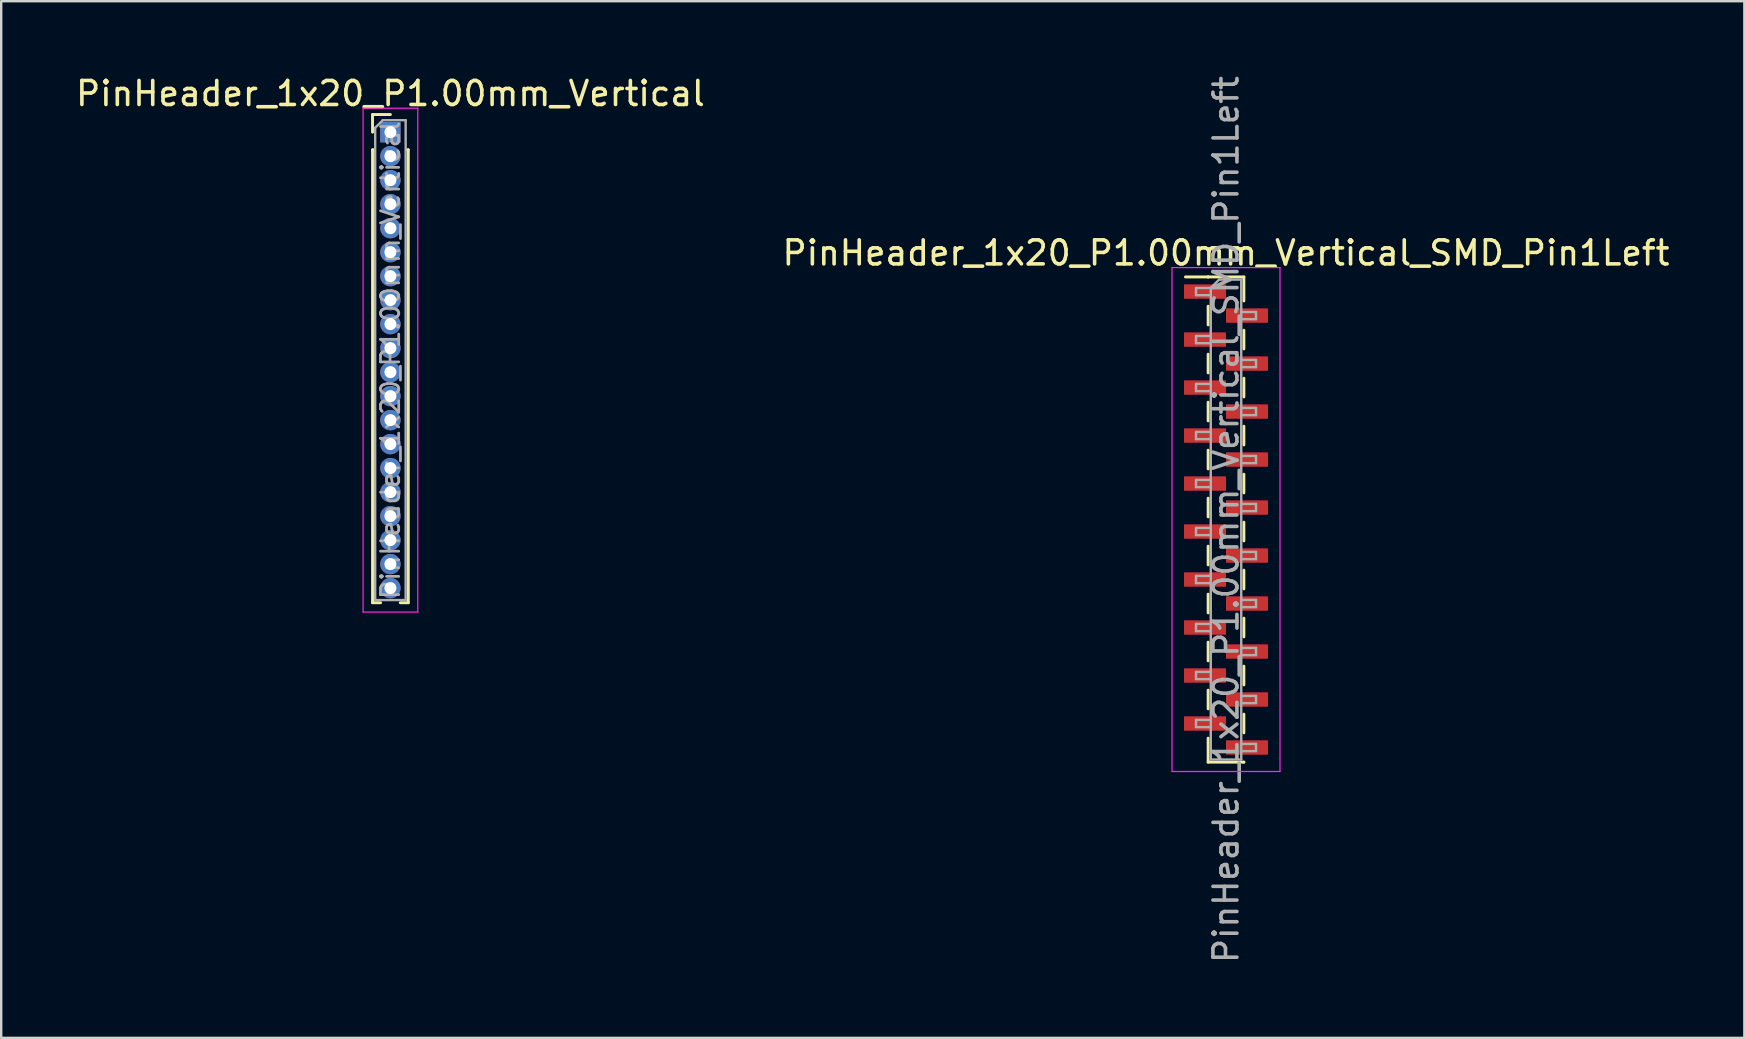
<source format=kicad_pcb>
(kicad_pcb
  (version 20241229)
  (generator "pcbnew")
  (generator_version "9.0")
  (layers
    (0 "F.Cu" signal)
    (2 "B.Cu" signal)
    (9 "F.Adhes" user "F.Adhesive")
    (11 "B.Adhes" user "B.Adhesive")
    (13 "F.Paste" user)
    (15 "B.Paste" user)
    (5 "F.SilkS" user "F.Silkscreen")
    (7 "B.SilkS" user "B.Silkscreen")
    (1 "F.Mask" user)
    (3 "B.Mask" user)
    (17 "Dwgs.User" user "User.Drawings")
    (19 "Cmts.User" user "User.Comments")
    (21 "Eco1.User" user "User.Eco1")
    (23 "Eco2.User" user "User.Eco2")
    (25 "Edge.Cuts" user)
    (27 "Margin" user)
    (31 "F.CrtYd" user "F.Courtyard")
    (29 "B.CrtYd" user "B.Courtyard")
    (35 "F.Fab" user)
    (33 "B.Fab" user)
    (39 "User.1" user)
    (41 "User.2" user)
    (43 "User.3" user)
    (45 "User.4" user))
  (footprint "PinHeader_1x20_P1.00mm_Vertical"
    (layer "F.Cu")
    (at 13.22 2.458)
    (property "Reference" "PinHeader_1x20_P1.00mm_Vertical" (at 0 -1.61 0) (layer "F.SilkS") (effects (font (size 1 1) (thickness 0.15))))
    (attr through_hole)
    (fp_line (start -0.745 -0.735) (end 0 -0.735) (stroke (width 0.12) (type solid)) (layer "F.SilkS"))
    (fp_line (start -0.745 0) (end -0.745 -0.735) (stroke (width 0.12) (type solid)) (layer "F.SilkS"))
    (fp_line (start -0.745 0.735) (end -0.745 19.61) (stroke (width 0.12) (type solid)) (layer "F.SilkS"))
    (fp_line (start -0.745 0.735) (end -0.686 0.735) (stroke (width 0.12) (type solid)) (layer "F.SilkS"))
    (fp_line (start -0.745 19.61) (end -0.41 19.61) (stroke (width 0.12) (type solid)) (layer "F.SilkS"))
    (fp_line (start 0.41 19.61) (end 0.745 19.61) (stroke (width 0.12) (type solid)) (layer "F.SilkS"))
    (fp_line (start 0.686 0.735) (end 0.745 0.735) (stroke (width 0.12) (type solid)) (layer "F.SilkS"))
    (fp_line (start 0.745 0.735) (end 0.745 19.61) (stroke (width 0.12) (type solid)) (layer "F.SilkS"))
    (fp_line (start -1.14 -1) (end -1.14 20) (stroke (width 0.05) (type solid)) (layer "F.CrtYd"))
    (fp_line (start -1.14 20) (end 1.14 20) (stroke (width 0.05) (type solid)) (layer "F.CrtYd"))
    (fp_line (start 1.14 -1) (end -1.14 -1) (stroke (width 0.05) (type solid)) (layer "F.CrtYd"))
    (fp_line (start 1.14 20) (end 1.14 -1) (stroke (width 0.05) (type solid)) (layer "F.CrtYd"))
    (fp_line (start -0.635 -0.182) (end -0.318 -0.5) (stroke (width 0.1) (type solid)) (layer "F.Fab"))
    (fp_line (start -0.635 19.5) (end -0.635 -0.182) (stroke (width 0.1) (type solid)) (layer "F.Fab"))
    (fp_line (start -0.318 -0.5) (end 0.635 -0.5) (stroke (width 0.1) (type solid)) (layer "F.Fab"))
    (fp_line (start 0.635 -0.5) (end 0.635 19.5) (stroke (width 0.1) (type solid)) (layer "F.Fab"))
    (fp_line (start 0.635 19.5) (end -0.635 19.5) (stroke (width 0.1) (type solid)) (layer "F.Fab"))
    (fp_text user "${REFERENCE}" (at 0 9.5 90) (layer "F.Fab") (effects (font (size 0.76 0.76) (thickness 0.114))))
    (pad "1" thru_hole rect (at 0 0) (size 0.85 0.85) (drill 0.5) (layers "*.Cu" "*.Mask"))
    (pad "2" thru_hole circle (at 0 1) (size 0.85 0.85) (drill 0.5) (layers "*.Cu" "*.Mask"))
    (pad "3" thru_hole circle (at 0 2) (size 0.85 0.85) (drill 0.5) (layers "*.Cu" "*.Mask"))
    (pad "4" thru_hole circle (at 0 3) (size 0.85 0.85) (drill 0.5) (layers "*.Cu" "*.Mask"))
    (pad "5" thru_hole circle (at 0 4) (size 0.85 0.85) (drill 0.5) (layers "*.Cu" "*.Mask"))
    (pad "6" thru_hole circle (at 0 5) (size 0.85 0.85) (drill 0.5) (layers "*.Cu" "*.Mask"))
    (pad "7" thru_hole circle (at 0 6) (size 0.85 0.85) (drill 0.5) (layers "*.Cu" "*.Mask"))
    (pad "8" thru_hole circle (at 0 7) (size 0.85 0.85) (drill 0.5) (layers "*.Cu" "*.Mask"))
    (pad "9" thru_hole circle (at 0 8) (size 0.85 0.85) (drill 0.5) (layers "*.Cu" "*.Mask"))
    (pad "10" thru_hole circle (at 0 9) (size 0.85 0.85) (drill 0.5) (layers "*.Cu" "*.Mask"))
    (pad "11" thru_hole circle (at 0 10) (size 0.85 0.85) (drill 0.5) (layers "*.Cu" "*.Mask"))
    (pad "12" thru_hole circle (at 0 11) (size 0.85 0.85) (drill 0.5) (layers "*.Cu" "*.Mask"))
    (pad "13" thru_hole circle (at 0 12) (size 0.85 0.85) (drill 0.5) (layers "*.Cu" "*.Mask"))
    (pad "14" thru_hole circle (at 0 13) (size 0.85 0.85) (drill 0.5) (layers "*.Cu" "*.Mask"))
    (pad "15" thru_hole circle (at 0 14) (size 0.85 0.85) (drill 0.5) (layers "*.Cu" "*.Mask"))
    (pad "16" thru_hole circle (at 0 15) (size 0.85 0.85) (drill 0.5) (layers "*.Cu" "*.Mask"))
    (pad "17" thru_hole circle (at 0 16) (size 0.85 0.85) (drill 0.5) (layers "*.Cu" "*.Mask"))
    (pad "18" thru_hole circle (at 0 17) (size 0.85 0.85) (drill 0.5) (layers "*.Cu" "*.Mask"))
    (pad "19" thru_hole circle (at 0 18) (size 0.85 0.85) (drill 0.5) (layers "*.Cu" "*.Mask"))
    (pad "20" thru_hole circle (at 0 19) (size 0.85 0.85) (drill 0.5) (layers "*.Cu" "*.Mask")))
  (footprint "PinHeader_1x20_P1.00mm_Vertical_SMD_Pin1Left"
    (layer "F.Cu")
    (at 48.042 18.601)
    (property "Reference" "PinHeader_1x20_P1.00mm_Vertical_SMD_Pin1Left" (at 0 -11.11 0) (layer "F.SilkS") (effects (font (size 1 1) (thickness 0.15))))
    (attr smd)
    (fp_line (start -0.745 -10.11) (end -1.69 -10.11) (stroke (width 0.12) (type solid)) (layer "F.SilkS"))
    (fp_line (start -0.745 -10.11) (end -0.745 -10.11) (stroke (width 0.12) (type solid)) (layer "F.SilkS"))
    (fp_line (start -0.745 -10.11) (end 0.745 -10.11) (stroke (width 0.12) (type solid)) (layer "F.SilkS"))
    (fp_line (start -0.745 -8.89) (end -0.745 -8.11) (stroke (width 0.12) (type solid)) (layer "F.SilkS"))
    (fp_line (start -0.745 -6.89) (end -0.745 -6.11) (stroke (width 0.12) (type solid)) (layer "F.SilkS"))
    (fp_line (start -0.745 -4.89) (end -0.745 -4.11) (stroke (width 0.12) (type solid)) (layer "F.SilkS"))
    (fp_line (start -0.745 -2.89) (end -0.745 -2.11) (stroke (width 0.12) (type solid)) (layer "F.SilkS"))
    (fp_line (start -0.745 -0.89) (end -0.745 -0.11) (stroke (width 0.12) (type solid)) (layer "F.SilkS"))
    (fp_line (start -0.745 1.11) (end -0.745 1.89) (stroke (width 0.12) (type solid)) (layer "F.SilkS"))
    (fp_line (start -0.745 3.11) (end -0.745 3.89) (stroke (width 0.12) (type solid)) (layer "F.SilkS"))
    (fp_line (start -0.745 5.11) (end -0.745 5.89) (stroke (width 0.12) (type solid)) (layer "F.SilkS"))
    (fp_line (start -0.745 7.11) (end -0.745 7.89) (stroke (width 0.12) (type solid)) (layer "F.SilkS"))
    (fp_line (start -0.745 9.11) (end -0.745 10.11) (stroke (width 0.12) (type solid)) (layer "F.SilkS"))
    (fp_line (start -0.745 10.11) (end 0.745 10.11) (stroke (width 0.12) (type solid)) (layer "F.SilkS"))
    (fp_line (start 0.745 -10.11) (end 0.745 -9.11) (stroke (width 0.12) (type solid)) (layer "F.SilkS"))
    (fp_line (start 0.745 -7.89) (end 0.745 -7.11) (stroke (width 0.12) (type solid)) (layer "F.SilkS"))
    (fp_line (start 0.745 -5.89) (end 0.745 -5.11) (stroke (width 0.12) (type solid)) (layer "F.SilkS"))
    (fp_line (start 0.745 -3.89) (end 0.745 -3.11) (stroke (width 0.12) (type solid)) (layer "F.SilkS"))
    (fp_line (start 0.745 -1.89) (end 0.745 -1.11) (stroke (width 0.12) (type solid)) (layer "F.SilkS"))
    (fp_line (start 0.745 0.11) (end 0.745 0.89) (stroke (width 0.12) (type solid)) (layer "F.SilkS"))
    (fp_line (start 0.745 2.11) (end 0.745 2.89) (stroke (width 0.12) (type solid)) (layer "F.SilkS"))
    (fp_line (start 0.745 4.11) (end 0.745 4.89) (stroke (width 0.12) (type solid)) (layer "F.SilkS"))
    (fp_line (start 0.745 6.11) (end 0.745 6.89) (stroke (width 0.12) (type solid)) (layer "F.SilkS"))
    (fp_line (start 0.745 8.11) (end 0.745 8.89) (stroke (width 0.12) (type solid)) (layer "F.SilkS"))
    (fp_line (start 0.745 10.11) (end 0.745 10.11) (stroke (width 0.12) (type solid)) (layer "F.SilkS"))
    (fp_line (start -2.25 -10.5) (end -2.25 10.5) (stroke (width 0.05) (type solid)) (layer "F.CrtYd"))
    (fp_line (start -2.25 10.5) (end 2.25 10.5) (stroke (width 0.05) (type solid)) (layer "F.CrtYd"))
    (fp_line (start 2.25 -10.5) (end -2.25 -10.5) (stroke (width 0.05) (type solid)) (layer "F.CrtYd"))
    (fp_line (start 2.25 10.5) (end 2.25 -10.5) (stroke (width 0.05) (type solid)) (layer "F.CrtYd"))
    (fp_line (start -1.25 -9.65) (end -1.25 -9.35) (stroke (width 0.1) (type solid)) (layer "F.Fab"))
    (fp_line (start -1.25 -9.35) (end -0.635 -9.35) (stroke (width 0.1) (type solid)) (layer "F.Fab"))
    (fp_line (start -1.25 -7.65) (end -1.25 -7.35) (stroke (width 0.1) (type solid)) (layer "F.Fab"))
    (fp_line (start -1.25 -7.35) (end -0.635 -7.35) (stroke (width 0.1) (type solid)) (layer "F.Fab"))
    (fp_line (start -1.25 -5.65) (end -1.25 -5.35) (stroke (width 0.1) (type solid)) (layer "F.Fab"))
    (fp_line (start -1.25 -5.35) (end -0.635 -5.35) (stroke (width 0.1) (type solid)) (layer "F.Fab"))
    (fp_line (start -1.25 -3.65) (end -1.25 -3.35) (stroke (width 0.1) (type solid)) (layer "F.Fab"))
    (fp_line (start -1.25 -3.35) (end -0.635 -3.35) (stroke (width 0.1) (type solid)) (layer "F.Fab"))
    (fp_line (start -1.25 -1.65) (end -1.25 -1.35) (stroke (width 0.1) (type solid)) (layer "F.Fab"))
    (fp_line (start -1.25 -1.35) (end -0.635 -1.35) (stroke (width 0.1) (type solid)) (layer "F.Fab"))
    (fp_line (start -1.25 0.35) (end -1.25 0.65) (stroke (width 0.1) (type solid)) (layer "F.Fab"))
    (fp_line (start -1.25 0.65) (end -0.635 0.65) (stroke (width 0.1) (type solid)) (layer "F.Fab"))
    (fp_line (start -1.25 2.35) (end -1.25 2.65) (stroke (width 0.1) (type solid)) (layer "F.Fab"))
    (fp_line (start -1.25 2.65) (end -0.635 2.65) (stroke (width 0.1) (type solid)) (layer "F.Fab"))
    (fp_line (start -1.25 4.35) (end -1.25 4.65) (stroke (width 0.1) (type solid)) (layer "F.Fab"))
    (fp_line (start -1.25 4.65) (end -0.635 4.65) (stroke (width 0.1) (type solid)) (layer "F.Fab"))
    (fp_line (start -1.25 6.35) (end -1.25 6.65) (stroke (width 0.1) (type solid)) (layer "F.Fab"))
    (fp_line (start -1.25 6.65) (end -0.635 6.65) (stroke (width 0.1) (type solid)) (layer "F.Fab"))
    (fp_line (start -1.25 8.35) (end -1.25 8.65) (stroke (width 0.1) (type solid)) (layer "F.Fab"))
    (fp_line (start -1.25 8.65) (end -0.635 8.65) (stroke (width 0.1) (type solid)) (layer "F.Fab"))
    (fp_line (start -0.635 -9.65) (end -1.25 -9.65) (stroke (width 0.1) (type solid)) (layer "F.Fab"))
    (fp_line (start -0.635 -9.65) (end -0.285 -10) (stroke (width 0.1) (type solid)) (layer "F.Fab"))
    (fp_line (start -0.635 -7.65) (end -1.25 -7.65) (stroke (width 0.1) (type solid)) (layer "F.Fab"))
    (fp_line (start -0.635 -5.65) (end -1.25 -5.65) (stroke (width 0.1) (type solid)) (layer "F.Fab"))
    (fp_line (start -0.635 -3.65) (end -1.25 -3.65) (stroke (width 0.1) (type solid)) (layer "F.Fab"))
    (fp_line (start -0.635 -1.65) (end -1.25 -1.65) (stroke (width 0.1) (type solid)) (layer "F.Fab"))
    (fp_line (start -0.635 0.35) (end -1.25 0.35) (stroke (width 0.1) (type solid)) (layer "F.Fab"))
    (fp_line (start -0.635 2.35) (end -1.25 2.35) (stroke (width 0.1) (type solid)) (layer "F.Fab"))
    (fp_line (start -0.635 4.35) (end -1.25 4.35) (stroke (width 0.1) (type solid)) (layer "F.Fab"))
    (fp_line (start -0.635 6.35) (end -1.25 6.35) (stroke (width 0.1) (type solid)) (layer "F.Fab"))
    (fp_line (start -0.635 8.35) (end -1.25 8.35) (stroke (width 0.1) (type solid)) (layer "F.Fab"))
    (fp_line (start -0.635 10) (end -0.635 -9.65) (stroke (width 0.1) (type solid)) (layer "F.Fab"))
    (fp_line (start -0.285 -10) (end 0.635 -10) (stroke (width 0.1) (type solid)) (layer "F.Fab"))
    (fp_line (start 0.635 -10) (end 0.635 10) (stroke (width 0.1) (type solid)) (layer "F.Fab"))
    (fp_line (start 0.635 -8.65) (end 1.25 -8.65) (stroke (width 0.1) (type solid)) (layer "F.Fab"))
    (fp_line (start 0.635 -6.65) (end 1.25 -6.65) (stroke (width 0.1) (type solid)) (layer "F.Fab"))
    (fp_line (start 0.635 -4.65) (end 1.25 -4.65) (stroke (width 0.1) (type solid)) (layer "F.Fab"))
    (fp_line (start 0.635 -2.65) (end 1.25 -2.65) (stroke (width 0.1) (type solid)) (layer "F.Fab"))
    (fp_line (start 0.635 -0.65) (end 1.25 -0.65) (stroke (width 0.1) (type solid)) (layer "F.Fab"))
    (fp_line (start 0.635 1.35) (end 1.25 1.35) (stroke (width 0.1) (type solid)) (layer "F.Fab"))
    (fp_line (start 0.635 3.35) (end 1.25 3.35) (stroke (width 0.1) (type solid)) (layer "F.Fab"))
    (fp_line (start 0.635 5.35) (end 1.25 5.35) (stroke (width 0.1) (type solid)) (layer "F.Fab"))
    (fp_line (start 0.635 7.35) (end 1.25 7.35) (stroke (width 0.1) (type solid)) (layer "F.Fab"))
    (fp_line (start 0.635 9.35) (end 1.25 9.35) (stroke (width 0.1) (type solid)) (layer "F.Fab"))
    (fp_line (start 0.635 10) (end -0.635 10) (stroke (width 0.1) (type solid)) (layer "F.Fab"))
    (fp_line (start 1.25 -8.65) (end 1.25 -8.35) (stroke (width 0.1) (type solid)) (layer "F.Fab"))
    (fp_line (start 1.25 -8.35) (end 0.635 -8.35) (stroke (width 0.1) (type solid)) (layer "F.Fab"))
    (fp_line (start 1.25 -6.65) (end 1.25 -6.35) (stroke (width 0.1) (type solid)) (layer "F.Fab"))
    (fp_line (start 1.25 -6.35) (end 0.635 -6.35) (stroke (width 0.1) (type solid)) (layer "F.Fab"))
    (fp_line (start 1.25 -4.65) (end 1.25 -4.35) (stroke (width 0.1) (type solid)) (layer "F.Fab"))
    (fp_line (start 1.25 -4.35) (end 0.635 -4.35) (stroke (width 0.1) (type solid)) (layer "F.Fab"))
    (fp_line (start 1.25 -2.65) (end 1.25 -2.35) (stroke (width 0.1) (type solid)) (layer "F.Fab"))
    (fp_line (start 1.25 -2.35) (end 0.635 -2.35) (stroke (width 0.1) (type solid)) (layer "F.Fab"))
    (fp_line (start 1.25 -0.65) (end 1.25 -0.35) (stroke (width 0.1) (type solid)) (layer "F.Fab"))
    (fp_line (start 1.25 -0.35) (end 0.635 -0.35) (stroke (width 0.1) (type solid)) (layer "F.Fab"))
    (fp_line (start 1.25 1.35) (end 1.25 1.65) (stroke (width 0.1) (type solid)) (layer "F.Fab"))
    (fp_line (start 1.25 1.65) (end 0.635 1.65) (stroke (width 0.1) (type solid)) (layer "F.Fab"))
    (fp_line (start 1.25 3.35) (end 1.25 3.65) (stroke (width 0.1) (type solid)) (layer "F.Fab"))
    (fp_line (start 1.25 3.65) (end 0.635 3.65) (stroke (width 0.1) (type solid)) (layer "F.Fab"))
    (fp_line (start 1.25 5.35) (end 1.25 5.65) (stroke (width 0.1) (type solid)) (layer "F.Fab"))
    (fp_line (start 1.25 5.65) (end 0.635 5.65) (stroke (width 0.1) (type solid)) (layer "F.Fab"))
    (fp_line (start 1.25 7.35) (end 1.25 7.65) (stroke (width 0.1) (type solid)) (layer "F.Fab"))
    (fp_line (start 1.25 7.65) (end 0.635 7.65) (stroke (width 0.1) (type solid)) (layer "F.Fab"))
    (fp_line (start 1.25 9.35) (end 1.25 9.65) (stroke (width 0.1) (type solid)) (layer "F.Fab"))
    (fp_line (start 1.25 9.65) (end 0.635 9.65) (stroke (width 0.1) (type solid)) (layer "F.Fab"))
    (fp_text user "${REFERENCE}" (at 0 0 90) (layer "F.Fab") (effects (font (size 1 1) (thickness 0.15))))
    (pad "1" smd rect (at -0.875 -9.5) (size 1.75 0.6) (layers "F.Cu" "F.Mask" "F.Paste"))
    (pad "2" smd rect (at 0.875 -8.5) (size 1.75 0.6) (layers "F.Cu" "F.Mask" "F.Paste"))
    (pad "3" smd rect (at -0.875 -7.5) (size 1.75 0.6) (layers "F.Cu" "F.Mask" "F.Paste"))
    (pad "4" smd rect (at 0.875 -6.5) (size 1.75 0.6) (layers "F.Cu" "F.Mask" "F.Paste"))
    (pad "5" smd rect (at -0.875 -5.5) (size 1.75 0.6) (layers "F.Cu" "F.Mask" "F.Paste"))
    (pad "6" smd rect (at 0.875 -4.5) (size 1.75 0.6) (layers "F.Cu" "F.Mask" "F.Paste"))
    (pad "7" smd rect (at -0.875 -3.5) (size 1.75 0.6) (layers "F.Cu" "F.Mask" "F.Paste"))
    (pad "8" smd rect (at 0.875 -2.5) (size 1.75 0.6) (layers "F.Cu" "F.Mask" "F.Paste"))
    (pad "9" smd rect (at -0.875 -1.5) (size 1.75 0.6) (layers "F.Cu" "F.Mask" "F.Paste"))
    (pad "10" smd rect (at 0.875 -0.5) (size 1.75 0.6) (layers "F.Cu" "F.Mask" "F.Paste"))
    (pad "11" smd rect (at -0.875 0.5) (size 1.75 0.6) (layers "F.Cu" "F.Mask" "F.Paste"))
    (pad "12" smd rect (at 0.875 1.5) (size 1.75 0.6) (layers "F.Cu" "F.Mask" "F.Paste"))
    (pad "13" smd rect (at -0.875 2.5) (size 1.75 0.6) (layers "F.Cu" "F.Mask" "F.Paste"))
    (pad "14" smd rect (at 0.875 3.5) (size 1.75 0.6) (layers "F.Cu" "F.Mask" "F.Paste"))
    (pad "15" smd rect (at -0.875 4.5) (size 1.75 0.6) (layers "F.Cu" "F.Mask" "F.Paste"))
    (pad "16" smd rect (at 0.875 5.5) (size 1.75 0.6) (layers "F.Cu" "F.Mask" "F.Paste"))
    (pad "17" smd rect (at -0.875 6.5) (size 1.75 0.6) (layers "F.Cu" "F.Mask" "F.Paste"))
    (pad "18" smd rect (at 0.875 7.5) (size 1.75 0.6) (layers "F.Cu" "F.Mask" "F.Paste"))
    (pad "19" smd rect (at -0.875 8.5) (size 1.75 0.6) (layers "F.Cu" "F.Mask" "F.Paste"))
    (pad "20" smd rect (at 0.875 9.5) (size 1.75 0.6) (layers "F.Cu" "F.Mask" "F.Paste")))
  (gr_rect
    (start -3 -3)
    (end 69.643 40.202)
    (stroke (width 0.1) (type default))
    (fill no)
    (layer "Edge.Cuts")))
</source>
